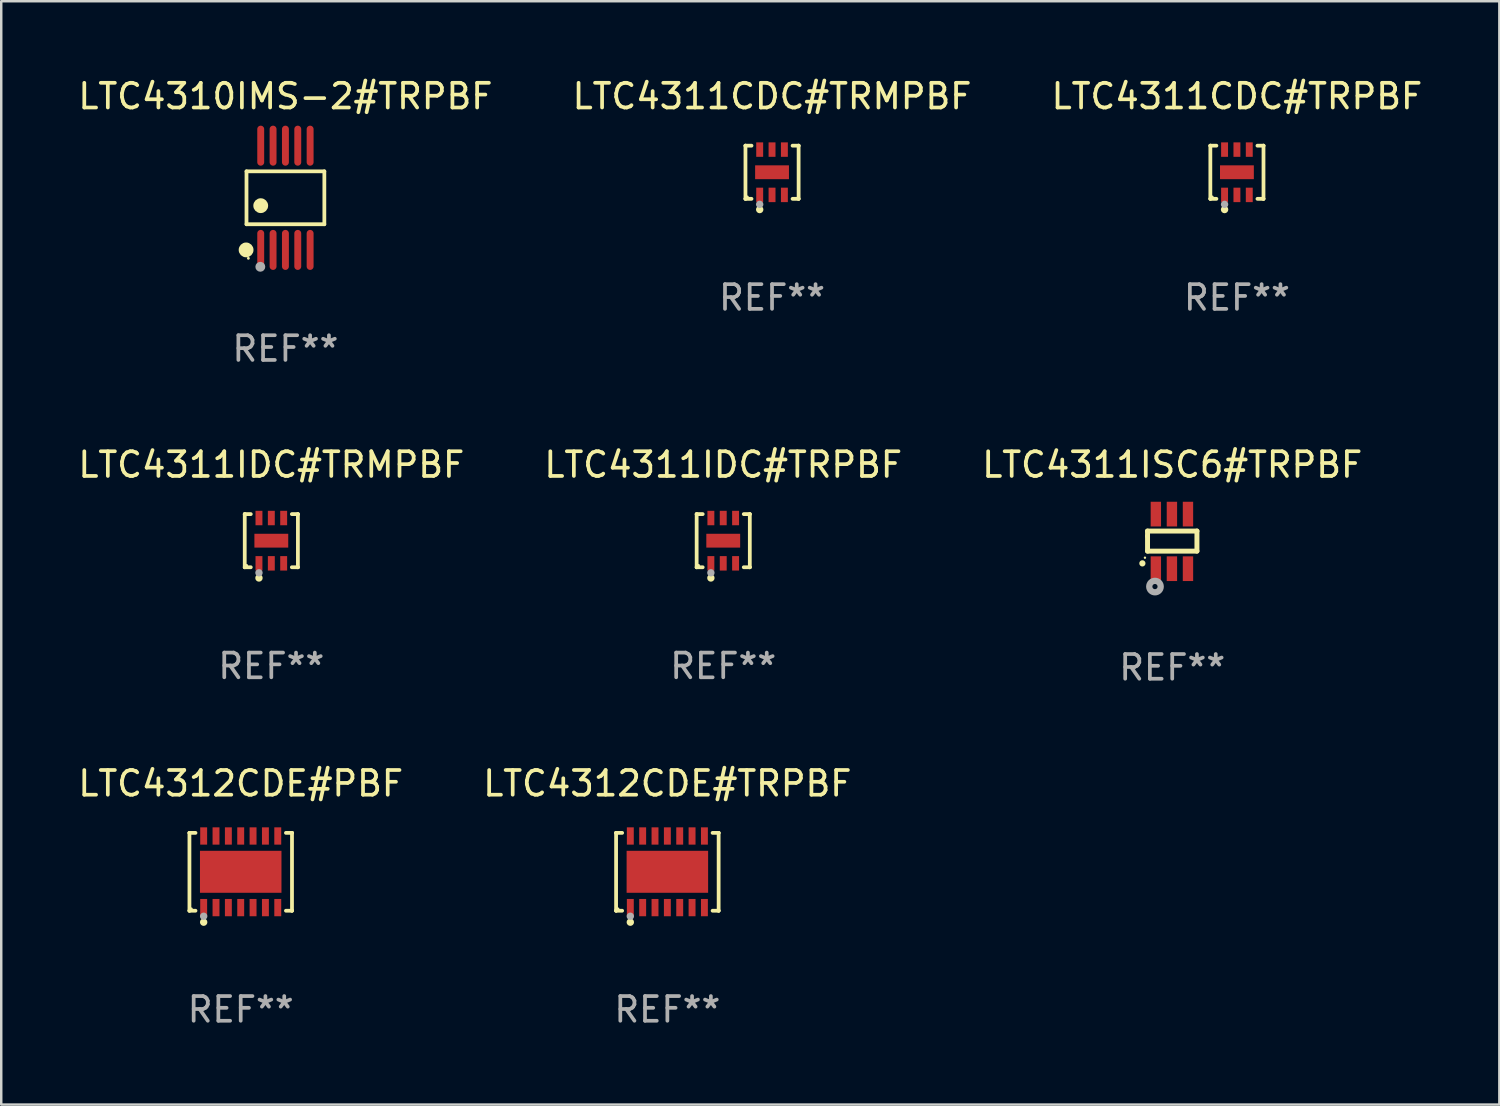
<source format=kicad_pcb>
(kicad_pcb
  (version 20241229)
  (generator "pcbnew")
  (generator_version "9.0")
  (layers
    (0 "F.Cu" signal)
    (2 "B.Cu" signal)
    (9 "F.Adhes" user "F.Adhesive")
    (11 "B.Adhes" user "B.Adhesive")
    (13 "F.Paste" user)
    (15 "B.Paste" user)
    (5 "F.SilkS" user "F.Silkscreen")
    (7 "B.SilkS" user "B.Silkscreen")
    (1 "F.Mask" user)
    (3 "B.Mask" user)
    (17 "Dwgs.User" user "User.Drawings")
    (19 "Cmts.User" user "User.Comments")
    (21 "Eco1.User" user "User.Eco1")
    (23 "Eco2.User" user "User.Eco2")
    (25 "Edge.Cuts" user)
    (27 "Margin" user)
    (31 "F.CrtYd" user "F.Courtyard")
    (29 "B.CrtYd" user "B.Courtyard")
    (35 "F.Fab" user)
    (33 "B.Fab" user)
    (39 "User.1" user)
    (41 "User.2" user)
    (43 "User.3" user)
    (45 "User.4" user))
  (footprint "LTC4312CDE#TRPBF"
    (layer "F.Cu")
    (at 23.97 32.247)
    (property "Reference" "LTC4312CDE#TRPBF" (at 0 -3.576 0) (layer "F.SilkS") (effects (font (size 1 1) (thickness 0.15))))
    (attr through_hole)
    (fp_line (start -2.076 -1.576) (end -2.076 -1.576) (stroke (width 0.152) (type solid)) (layer "F.SilkS"))
    (fp_line (start -2.076 -1.576) (end -1.831 -1.576) (stroke (width 0.152) (type solid)) (layer "F.SilkS"))
    (fp_line (start -2.076 1.576) (end -2.076 -1.576) (stroke (width 0.152) (type solid)) (layer "F.SilkS"))
    (fp_line (start -2.076 1.576) (end -2.076 1.576) (stroke (width 0.152) (type solid)) (layer "F.SilkS"))
    (fp_line (start -1.831 1.576) (end -2.076 1.576) (stroke (width 0.152) (type solid)) (layer "F.SilkS"))
    (fp_line (start 1.831 1.576) (end 2.076 1.576) (stroke (width 0.152) (type solid)) (layer "F.SilkS"))
    (fp_line (start 2.076 -1.576) (end 1.831 -1.576) (stroke (width 0.152) (type solid)) (layer "F.SilkS"))
    (fp_line (start 2.076 -1.576) (end 2.076 -1.576) (stroke (width 0.152) (type solid)) (layer "F.SilkS"))
    (fp_line (start 2.076 1.576) (end 2.076 -1.576) (stroke (width 0.152) (type solid)) (layer "F.SilkS"))
    (fp_line (start 2.076 1.576) (end 2.076 1.576) (stroke (width 0.152) (type solid)) (layer "F.SilkS"))
    (fp_circle (center -2 1.5) (end -1.97 1.5) (stroke (width 0.06) (type solid)) (fill no) (layer "F.SilkS"))
    (fp_circle (center -1.5 2.04) (end -1.425 2.04) (stroke (width 0.15) (type solid)) (fill no) (layer "F.SilkS"))
    (fp_circle (center -1.5 1.8) (end -1.425 1.8) (stroke (width 0.15) (type solid)) (fill no) (layer "F.Fab"))
    (fp_text user "REF**" (at 0 5.576 0) (layer "F.Fab") (effects (font (size 1 1) (thickness 0.15))))
    (pad "1" smd rect (at -1.5 1.45) (size 0.28 0.7) (layers "F.Cu" "F.Mask" "F.Paste"))
    (pad "2" smd rect (at -1 1.45) (size 0.28 0.7) (layers "F.Cu" "F.Mask" "F.Paste"))
    (pad "3" smd rect (at -0.5 1.45) (size 0.28 0.7) (layers "F.Cu" "F.Mask" "F.Paste"))
    (pad "4" smd rect (at 0 1.45) (size 0.28 0.7) (layers "F.Cu" "F.Mask" "F.Paste"))
    (pad "5" smd rect (at 0.5 1.45) (size 0.28 0.7) (layers "F.Cu" "F.Mask" "F.Paste"))
    (pad "6" smd rect (at 1 1.45) (size 0.28 0.7) (layers "F.Cu" "F.Mask" "F.Paste"))
    (pad "7" smd rect (at 1.5 1.45) (size 0.28 0.7) (layers "F.Cu" "F.Mask" "F.Paste"))
    (pad "8" smd rect (at 1.5 -1.45) (size 0.28 0.7) (layers "F.Cu" "F.Mask" "F.Paste"))
    (pad "9" smd rect (at 1 -1.45) (size 0.28 0.7) (layers "F.Cu" "F.Mask" "F.Paste"))
    (pad "10" smd rect (at 0.5 -1.45) (size 0.28 0.7) (layers "F.Cu" "F.Mask" "F.Paste"))
    (pad "11" smd rect (at 0 -1.45) (size 0.28 0.7) (layers "F.Cu" "F.Mask" "F.Paste"))
    (pad "12" smd rect (at -0.5 -1.45) (size 0.28 0.7) (layers "F.Cu" "F.Mask" "F.Paste"))
    (pad "13" smd rect (at -1 -1.45) (size 0.28 0.7) (layers "F.Cu" "F.Mask" "F.Paste"))
    (pad "14" smd rect (at -1.5 -1.45) (size 0.28 0.7) (layers "F.Cu" "F.Mask" "F.Paste"))
    (pad "15" smd rect (at 0 0) (size 3.3 1.7) (layers "F.Cu" "F.Mask" "F.Paste")))
  (footprint "LTC4312CDE#PBF"
    (layer "F.Cu")
    (at 6.696 32.247)
    (property "Reference" "LTC4312CDE#PBF" (at 0 -3.576 0) (layer "F.SilkS") (effects (font (size 1 1) (thickness 0.15))))
    (attr through_hole)
    (fp_line (start -2.076 -1.576) (end -2.076 -1.576) (stroke (width 0.152) (type solid)) (layer "F.SilkS"))
    (fp_line (start -2.076 -1.576) (end -1.831 -1.576) (stroke (width 0.152) (type solid)) (layer "F.SilkS"))
    (fp_line (start -2.076 1.576) (end -2.076 -1.576) (stroke (width 0.152) (type solid)) (layer "F.SilkS"))
    (fp_line (start -2.076 1.576) (end -2.076 1.576) (stroke (width 0.152) (type solid)) (layer "F.SilkS"))
    (fp_line (start -1.831 1.576) (end -2.076 1.576) (stroke (width 0.152) (type solid)) (layer "F.SilkS"))
    (fp_line (start 1.831 1.576) (end 2.076 1.576) (stroke (width 0.152) (type solid)) (layer "F.SilkS"))
    (fp_line (start 2.076 -1.576) (end 1.831 -1.576) (stroke (width 0.152) (type solid)) (layer "F.SilkS"))
    (fp_line (start 2.076 -1.576) (end 2.076 -1.576) (stroke (width 0.152) (type solid)) (layer "F.SilkS"))
    (fp_line (start 2.076 1.576) (end 2.076 -1.576) (stroke (width 0.152) (type solid)) (layer "F.SilkS"))
    (fp_line (start 2.076 1.576) (end 2.076 1.576) (stroke (width 0.152) (type solid)) (layer "F.SilkS"))
    (fp_circle (center -2 1.5) (end -1.97 1.5) (stroke (width 0.06) (type solid)) (fill no) (layer "F.SilkS"))
    (fp_circle (center -1.5 2.04) (end -1.425 2.04) (stroke (width 0.15) (type solid)) (fill no) (layer "F.SilkS"))
    (fp_circle (center -1.5 1.8) (end -1.425 1.8) (stroke (width 0.15) (type solid)) (fill no) (layer "F.Fab"))
    (fp_text user "REF**" (at 0 5.576 0) (layer "F.Fab") (effects (font (size 1 1) (thickness 0.15))))
    (pad "1" smd rect (at -1.5 1.45) (size 0.28 0.7) (layers "F.Cu" "F.Mask" "F.Paste"))
    (pad "2" smd rect (at -1 1.45) (size 0.28 0.7) (layers "F.Cu" "F.Mask" "F.Paste"))
    (pad "3" smd rect (at -0.5 1.45) (size 0.28 0.7) (layers "F.Cu" "F.Mask" "F.Paste"))
    (pad "4" smd rect (at 0 1.45) (size 0.28 0.7) (layers "F.Cu" "F.Mask" "F.Paste"))
    (pad "5" smd rect (at 0.5 1.45) (size 0.28 0.7) (layers "F.Cu" "F.Mask" "F.Paste"))
    (pad "6" smd rect (at 1 1.45) (size 0.28 0.7) (layers "F.Cu" "F.Mask" "F.Paste"))
    (pad "7" smd rect (at 1.5 1.45) (size 0.28 0.7) (layers "F.Cu" "F.Mask" "F.Paste"))
    (pad "8" smd rect (at 1.5 -1.45) (size 0.28 0.7) (layers "F.Cu" "F.Mask" "F.Paste"))
    (pad "9" smd rect (at 1 -1.45) (size 0.28 0.7) (layers "F.Cu" "F.Mask" "F.Paste"))
    (pad "10" smd rect (at 0.5 -1.45) (size 0.28 0.7) (layers "F.Cu" "F.Mask" "F.Paste"))
    (pad "11" smd rect (at 0 -1.45) (size 0.28 0.7) (layers "F.Cu" "F.Mask" "F.Paste"))
    (pad "12" smd rect (at -0.5 -1.45) (size 0.28 0.7) (layers "F.Cu" "F.Mask" "F.Paste"))
    (pad "13" smd rect (at -1 -1.45) (size 0.28 0.7) (layers "F.Cu" "F.Mask" "F.Paste"))
    (pad "14" smd rect (at -1.5 -1.45) (size 0.28 0.7) (layers "F.Cu" "F.Mask" "F.Paste"))
    (pad "15" smd rect (at 0 0) (size 3.3 1.7) (layers "F.Cu" "F.Mask" "F.Paste")))
  (footprint "LTC4311ISC6#TRPBF"
    (layer "F.Cu")
    (at 44.411 18.87)
    (property "Reference" "LTC4311ISC6#TRPBF" (at 0 -3.105 0) (layer "F.SilkS") (effects (font (size 1 1) (thickness 0.15))))
    (attr through_hole)
    (fp_line (start -1 -0.419) (end -1 -0.213) (stroke (width 0.2) (type solid)) (layer "F.SilkS"))
    (fp_line (start -1 -0.213) (end -1 0.393) (stroke (width 0.2) (type solid)) (layer "F.SilkS"))
    (fp_line (start -1 0.393) (end 1 0.393) (stroke (width 0.2) (type solid)) (layer "F.SilkS"))
    (fp_line (start 1 -0.419) (end -1 -0.419) (stroke (width 0.2) (type solid)) (layer "F.SilkS"))
    (fp_line (start 1 0.393) (end 1 -0.419) (stroke (width 0.2) (type solid)) (layer "F.SilkS"))
    (fp_arc (start -1.208509 0.890272) (mid -1.208515 0.889002) (end -1.208509 0.887732) (stroke (width 0.25) (type solid)) (layer "F.SilkS"))
    (fp_circle (center -1.105 0.66) (end -1.08 0.66) (stroke (width 0.05) (type solid)) (fill no) (layer "F.SilkS"))
    (fp_circle (center -0.699 1.829) (end -0.594 1.829) (stroke (width 0.254) (type solid)) (fill no) (layer "F.Fab"))
    (fp_text user "REF**" (at 0 5.105 0) (layer "F.Fab") (effects (font (size 1 1) (thickness 0.15))))
    (pad "1" smd rect (at -0.663 1.105) (size 0.42 1) (layers "F.Cu" "F.Mask" "F.Paste"))
    (pad "2" smd rect (at -0.013 1.105) (size 0.42 1) (layers "F.Cu" "F.Mask" "F.Paste"))
    (pad "3" smd rect (at 0.637 1.105) (size 0.42 1) (layers "F.Cu" "F.Mask" "F.Paste"))
    (pad "4" smd rect (at 0.637 -1.105 180) (size 0.42 1) (layers "F.Cu" "F.Mask" "F.Paste"))
    (pad "5" smd rect (at -0.013 -1.105 180) (size 0.42 1) (layers "F.Cu" "F.Mask" "F.Paste"))
    (pad "6" smd rect (at -0.663 -1.105 180) (size 0.42 1) (layers "F.Cu" "F.Mask" "F.Paste")))
  (footprint "LTC4311CDC#TRPBF"
    (layer "F.Cu")
    (at 47.03 3.924)
    (property "Reference" "LTC4311CDC#TRPBF" (at 0 -3.076 0) (layer "F.SilkS") (effects (font (size 1 1) (thickness 0.15))))
    (attr through_hole)
    (fp_line (start -1.076 -1.076) (end -1.076 -1.076) (stroke (width 0.152) (type solid)) (layer "F.SilkS"))
    (fp_line (start -1.076 -1.076) (end -0.831 -1.076) (stroke (width 0.152) (type solid)) (layer "F.SilkS"))
    (fp_line (start -1.076 1.076) (end -1.076 -1.076) (stroke (width 0.152) (type solid)) (layer "F.SilkS"))
    (fp_line (start -1.076 1.076) (end -1.076 1.076) (stroke (width 0.152) (type solid)) (layer "F.SilkS"))
    (fp_line (start -0.831 1.076) (end -1.076 1.076) (stroke (width 0.152) (type solid)) (layer "F.SilkS"))
    (fp_line (start 0.831 1.076) (end 1.076 1.076) (stroke (width 0.152) (type solid)) (layer "F.SilkS"))
    (fp_line (start 1.076 -1.076) (end 0.831 -1.076) (stroke (width 0.152) (type solid)) (layer "F.SilkS"))
    (fp_line (start 1.076 -1.076) (end 1.076 -1.076) (stroke (width 0.152) (type solid)) (layer "F.SilkS"))
    (fp_line (start 1.076 1.076) (end 1.076 -1.076) (stroke (width 0.152) (type solid)) (layer "F.SilkS"))
    (fp_line (start 1.076 1.076) (end 1.076 1.076) (stroke (width 0.152) (type solid)) (layer "F.SilkS"))
    (fp_circle (center -1 1) (end -0.97 1) (stroke (width 0.06) (type solid)) (fill no) (layer "F.SilkS"))
    (fp_circle (center -0.5 1.51) (end -0.425 1.51) (stroke (width 0.15) (type solid)) (fill no) (layer "F.SilkS"))
    (fp_circle (center -0.5 1.3) (end -0.425 1.3) (stroke (width 0.15) (type solid)) (fill no) (layer "F.Fab"))
    (fp_text user "REF**" (at 0 5.076 0) (layer "F.Fab") (effects (font (size 1 1) (thickness 0.15))))
    (pad "1" smd rect (at -0.5 0.917) (size 0.28 0.585) (layers "F.Cu" "F.Mask" "F.Paste"))
    (pad "2" smd rect (at 0 0.917) (size 0.28 0.585) (layers "F.Cu" "F.Mask" "F.Paste"))
    (pad "3" smd rect (at 0.5 0.917) (size 0.28 0.585) (layers "F.Cu" "F.Mask" "F.Paste"))
    (pad "4" smd rect (at 0.5 -0.917) (size 0.28 0.585) (layers "F.Cu" "F.Mask" "F.Paste"))
    (pad "5" smd rect (at 0 -0.917) (size 0.28 0.585) (layers "F.Cu" "F.Mask" "F.Paste"))
    (pad "6" smd rect (at -0.5 -0.917) (size 0.28 0.585) (layers "F.Cu" "F.Mask" "F.Paste"))
    (pad "7" smd rect (at 0 0) (size 1.37 0.56) (layers "F.Cu" "F.Mask" "F.Paste")))
  (footprint "LTC4311IDC#TRPBF"
    (layer "F.Cu")
    (at 26.232 18.841)
    (property "Reference" "LTC4311IDC#TRPBF" (at 0 -3.076 0) (layer "F.SilkS") (effects (font (size 1 1) (thickness 0.15))))
    (attr through_hole)
    (fp_line (start -1.076 -1.076) (end -1.076 -1.076) (stroke (width 0.152) (type solid)) (layer "F.SilkS"))
    (fp_line (start -1.076 -1.076) (end -0.831 -1.076) (stroke (width 0.152) (type solid)) (layer "F.SilkS"))
    (fp_line (start -1.076 1.076) (end -1.076 -1.076) (stroke (width 0.152) (type solid)) (layer "F.SilkS"))
    (fp_line (start -1.076 1.076) (end -1.076 1.076) (stroke (width 0.152) (type solid)) (layer "F.SilkS"))
    (fp_line (start -0.831 1.076) (end -1.076 1.076) (stroke (width 0.152) (type solid)) (layer "F.SilkS"))
    (fp_line (start 0.831 1.076) (end 1.076 1.076) (stroke (width 0.152) (type solid)) (layer "F.SilkS"))
    (fp_line (start 1.076 -1.076) (end 0.831 -1.076) (stroke (width 0.152) (type solid)) (layer "F.SilkS"))
    (fp_line (start 1.076 -1.076) (end 1.076 -1.076) (stroke (width 0.152) (type solid)) (layer "F.SilkS"))
    (fp_line (start 1.076 1.076) (end 1.076 -1.076) (stroke (width 0.152) (type solid)) (layer "F.SilkS"))
    (fp_line (start 1.076 1.076) (end 1.076 1.076) (stroke (width 0.152) (type solid)) (layer "F.SilkS"))
    (fp_circle (center -1 1) (end -0.97 1) (stroke (width 0.06) (type solid)) (fill no) (layer "F.SilkS"))
    (fp_circle (center -0.5 1.51) (end -0.425 1.51) (stroke (width 0.15) (type solid)) (fill no) (layer "F.SilkS"))
    (fp_circle (center -0.5 1.3) (end -0.425 1.3) (stroke (width 0.15) (type solid)) (fill no) (layer "F.Fab"))
    (fp_text user "REF**" (at 0 5.076 0) (layer "F.Fab") (effects (font (size 1 1) (thickness 0.15))))
    (pad "1" smd rect (at -0.5 0.917) (size 0.28 0.585) (layers "F.Cu" "F.Mask" "F.Paste"))
    (pad "2" smd rect (at 0 0.917) (size 0.28 0.585) (layers "F.Cu" "F.Mask" "F.Paste"))
    (pad "3" smd rect (at 0.5 0.917) (size 0.28 0.585) (layers "F.Cu" "F.Mask" "F.Paste"))
    (pad "4" smd rect (at 0.5 -0.917) (size 0.28 0.585) (layers "F.Cu" "F.Mask" "F.Paste"))
    (pad "5" smd rect (at 0 -0.917) (size 0.28 0.585) (layers "F.Cu" "F.Mask" "F.Paste"))
    (pad "6" smd rect (at -0.5 -0.917) (size 0.28 0.585) (layers "F.Cu" "F.Mask" "F.Paste"))
    (pad "7" smd rect (at 0 0) (size 1.37 0.56) (layers "F.Cu" "F.Mask" "F.Paste")))
  (footprint "LTC4311IDC#TRMPBF"
    (layer "F.Cu")
    (at 7.935 18.841)
    (property "Reference" "LTC4311IDC#TRMPBF" (at 0 -3.076 0) (layer "F.SilkS") (effects (font (size 1 1) (thickness 0.15))))
    (attr through_hole)
    (fp_line (start -1.076 -1.076) (end -1.076 -1.076) (stroke (width 0.152) (type solid)) (layer "F.SilkS"))
    (fp_line (start -1.076 -1.076) (end -0.831 -1.076) (stroke (width 0.152) (type solid)) (layer "F.SilkS"))
    (fp_line (start -1.076 1.076) (end -1.076 -1.076) (stroke (width 0.152) (type solid)) (layer "F.SilkS"))
    (fp_line (start -1.076 1.076) (end -1.076 1.076) (stroke (width 0.152) (type solid)) (layer "F.SilkS"))
    (fp_line (start -0.831 1.076) (end -1.076 1.076) (stroke (width 0.152) (type solid)) (layer "F.SilkS"))
    (fp_line (start 0.831 1.076) (end 1.076 1.076) (stroke (width 0.152) (type solid)) (layer "F.SilkS"))
    (fp_line (start 1.076 -1.076) (end 0.831 -1.076) (stroke (width 0.152) (type solid)) (layer "F.SilkS"))
    (fp_line (start 1.076 -1.076) (end 1.076 -1.076) (stroke (width 0.152) (type solid)) (layer "F.SilkS"))
    (fp_line (start 1.076 1.076) (end 1.076 -1.076) (stroke (width 0.152) (type solid)) (layer "F.SilkS"))
    (fp_line (start 1.076 1.076) (end 1.076 1.076) (stroke (width 0.152) (type solid)) (layer "F.SilkS"))
    (fp_circle (center -1 1) (end -0.97 1) (stroke (width 0.06) (type solid)) (fill no) (layer "F.SilkS"))
    (fp_circle (center -0.5 1.51) (end -0.425 1.51) (stroke (width 0.15) (type solid)) (fill no) (layer "F.SilkS"))
    (fp_circle (center -0.5 1.3) (end -0.425 1.3) (stroke (width 0.15) (type solid)) (fill no) (layer "F.Fab"))
    (fp_text user "REF**" (at 0 5.076 0) (layer "F.Fab") (effects (font (size 1 1) (thickness 0.15))))
    (pad "1" smd rect (at -0.5 0.917) (size 0.28 0.585) (layers "F.Cu" "F.Mask" "F.Paste"))
    (pad "2" smd rect (at 0 0.917) (size 0.28 0.585) (layers "F.Cu" "F.Mask" "F.Paste"))
    (pad "3" smd rect (at 0.5 0.917) (size 0.28 0.585) (layers "F.Cu" "F.Mask" "F.Paste"))
    (pad "4" smd rect (at 0.5 -0.917) (size 0.28 0.585) (layers "F.Cu" "F.Mask" "F.Paste"))
    (pad "5" smd rect (at 0 -0.917) (size 0.28 0.585) (layers "F.Cu" "F.Mask" "F.Paste"))
    (pad "6" smd rect (at -0.5 -0.917) (size 0.28 0.585) (layers "F.Cu" "F.Mask" "F.Paste"))
    (pad "7" smd rect (at 0 0) (size 1.37 0.56) (layers "F.Cu" "F.Mask" "F.Paste")))
  (footprint "LTC4310IMS-2#TRPBF"
    (layer "F.Cu")
    (at 8.506 4.958)
    (property "Reference" "LTC4310IMS-2#TRPBF" (at 0 -4.11 0) (layer "F.SilkS") (effects (font (size 1 1) (thickness 0.15))))
    (attr through_hole)
    (fp_line (start -1.576 -1.071) (end 1.576 -1.071) (stroke (width 0.152) (type solid)) (layer "F.SilkS"))
    (fp_line (start -1.576 1.071) (end -1.576 -1.071) (stroke (width 0.152) (type solid)) (layer "F.SilkS"))
    (fp_line (start 1.576 -1.071) (end 1.576 1.071) (stroke (width 0.152) (type solid)) (layer "F.SilkS"))
    (fp_line (start 1.576 1.071) (end -1.576 1.071) (stroke (width 0.152) (type solid)) (layer "F.SilkS"))
    (fp_circle (center -1.592 2.11) (end -1.442 2.11) (stroke (width 0.3) (type solid)) (fill no) (layer "F.SilkS"))
    (fp_circle (center -1.5 2.45) (end -1.47 2.45) (stroke (width 0.06) (type solid)) (fill no) (layer "F.SilkS"))
    (fp_circle (center -1 0.319) (end -0.85 0.319) (stroke (width 0.3) (type solid)) (fill no) (layer "F.SilkS"))
    (fp_circle (center -1.016 2.794) (end -0.916 2.794) (stroke (width 0.2) (type solid)) (fill no) (layer "F.Fab"))
    (fp_text user "REF**" (at 0 6.11 0) (layer "F.Fab") (effects (font (size 1 1) (thickness 0.15))))
    (pad "1" smd oval (at -1 2.11) (size 0.28 1.62) (layers "F.Cu" "F.Mask" "F.Paste"))
    (pad "2" smd oval (at -0.5 2.11) (size 0.28 1.62) (layers "F.Cu" "F.Mask" "F.Paste"))
    (pad "3" smd oval (at 0 2.11) (size 0.28 1.62) (layers "F.Cu" "F.Mask" "F.Paste"))
    (pad "4" smd oval (at 0.5 2.11) (size 0.28 1.62) (layers "F.Cu" "F.Mask" "F.Paste"))
    (pad "5" smd oval (at 1 2.11) (size 0.28 1.62) (layers "F.Cu" "F.Mask" "F.Paste"))
    (pad "6" smd oval (at 1 -2.11) (size 0.28 1.62) (layers "F.Cu" "F.Mask" "F.Paste"))
    (pad "7" smd oval (at 0.5 -2.11) (size 0.28 1.62) (layers "F.Cu" "F.Mask" "F.Paste"))
    (pad "8" smd oval (at 0 -2.11) (size 0.28 1.62) (layers "F.Cu" "F.Mask" "F.Paste"))
    (pad "9" smd oval (at -0.5 -2.11) (size 0.28 1.62) (layers "F.Cu" "F.Mask" "F.Paste"))
    (pad "10" smd oval (at -1 -2.11) (size 0.28 1.62) (layers "F.Cu" "F.Mask" "F.Paste")))
  (footprint "LTC4311CDC#TRMPBF"
    (layer "F.Cu")
    (at 28.208 3.924)
    (property "Reference" "LTC4311CDC#TRMPBF" (at 0 -3.076 0) (layer "F.SilkS") (effects (font (size 1 1) (thickness 0.15))))
    (attr through_hole)
    (fp_line (start -1.076 -1.076) (end -1.076 -1.076) (stroke (width 0.152) (type solid)) (layer "F.SilkS"))
    (fp_line (start -1.076 -1.076) (end -0.831 -1.076) (stroke (width 0.152) (type solid)) (layer "F.SilkS"))
    (fp_line (start -1.076 1.076) (end -1.076 -1.076) (stroke (width 0.152) (type solid)) (layer "F.SilkS"))
    (fp_line (start -1.076 1.076) (end -1.076 1.076) (stroke (width 0.152) (type solid)) (layer "F.SilkS"))
    (fp_line (start -0.831 1.076) (end -1.076 1.076) (stroke (width 0.152) (type solid)) (layer "F.SilkS"))
    (fp_line (start 0.831 1.076) (end 1.076 1.076) (stroke (width 0.152) (type solid)) (layer "F.SilkS"))
    (fp_line (start 1.076 -1.076) (end 0.831 -1.076) (stroke (width 0.152) (type solid)) (layer "F.SilkS"))
    (fp_line (start 1.076 -1.076) (end 1.076 -1.076) (stroke (width 0.152) (type solid)) (layer "F.SilkS"))
    (fp_line (start 1.076 1.076) (end 1.076 -1.076) (stroke (width 0.152) (type solid)) (layer "F.SilkS"))
    (fp_line (start 1.076 1.076) (end 1.076 1.076) (stroke (width 0.152) (type solid)) (layer "F.SilkS"))
    (fp_circle (center -1 1) (end -0.97 1) (stroke (width 0.06) (type solid)) (fill no) (layer "F.SilkS"))
    (fp_circle (center -0.5 1.51) (end -0.425 1.51) (stroke (width 0.15) (type solid)) (fill no) (layer "F.SilkS"))
    (fp_circle (center -0.5 1.3) (end -0.425 1.3) (stroke (width 0.15) (type solid)) (fill no) (layer "F.Fab"))
    (fp_text user "REF**" (at 0 5.076 0) (layer "F.Fab") (effects (font (size 1 1) (thickness 0.15))))
    (pad "1" smd rect (at -0.5 0.917) (size 0.28 0.585) (layers "F.Cu" "F.Mask" "F.Paste"))
    (pad "2" smd rect (at 0 0.917) (size 0.28 0.585) (layers "F.Cu" "F.Mask" "F.Paste"))
    (pad "3" smd rect (at 0.5 0.917) (size 0.28 0.585) (layers "F.Cu" "F.Mask" "F.Paste"))
    (pad "4" smd rect (at 0.5 -0.917) (size 0.28 0.585) (layers "F.Cu" "F.Mask" "F.Paste"))
    (pad "5" smd rect (at 0 -0.917) (size 0.28 0.585) (layers "F.Cu" "F.Mask" "F.Paste"))
    (pad "6" smd rect (at -0.5 -0.917) (size 0.28 0.585) (layers "F.Cu" "F.Mask" "F.Paste"))
    (pad "7" smd rect (at 0 0) (size 1.37 0.56) (layers "F.Cu" "F.Mask" "F.Paste")))
  (gr_rect
    (start -3 -3)
    (end 57.655 41.672)
    (stroke (width 0.1) (type default))
    (fill no)
    (layer "Edge.Cuts")))
</source>
